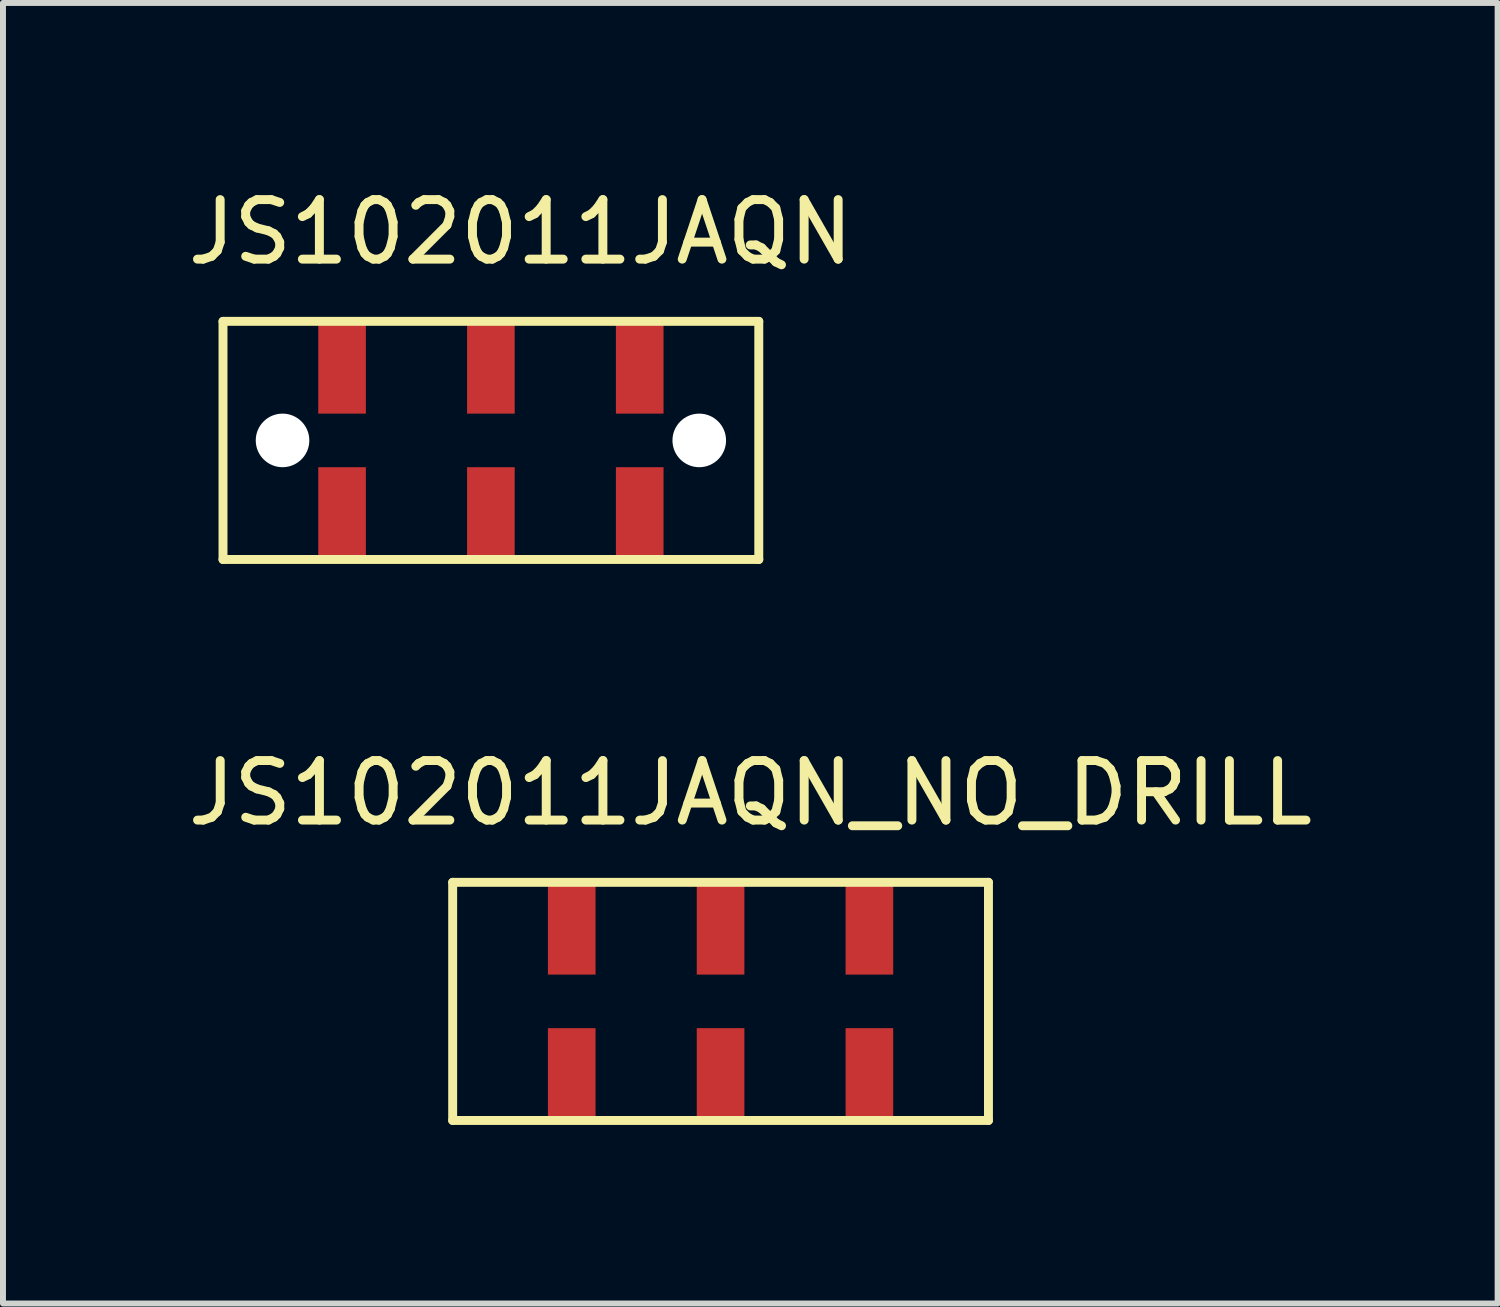
<source format=kicad_pcb>
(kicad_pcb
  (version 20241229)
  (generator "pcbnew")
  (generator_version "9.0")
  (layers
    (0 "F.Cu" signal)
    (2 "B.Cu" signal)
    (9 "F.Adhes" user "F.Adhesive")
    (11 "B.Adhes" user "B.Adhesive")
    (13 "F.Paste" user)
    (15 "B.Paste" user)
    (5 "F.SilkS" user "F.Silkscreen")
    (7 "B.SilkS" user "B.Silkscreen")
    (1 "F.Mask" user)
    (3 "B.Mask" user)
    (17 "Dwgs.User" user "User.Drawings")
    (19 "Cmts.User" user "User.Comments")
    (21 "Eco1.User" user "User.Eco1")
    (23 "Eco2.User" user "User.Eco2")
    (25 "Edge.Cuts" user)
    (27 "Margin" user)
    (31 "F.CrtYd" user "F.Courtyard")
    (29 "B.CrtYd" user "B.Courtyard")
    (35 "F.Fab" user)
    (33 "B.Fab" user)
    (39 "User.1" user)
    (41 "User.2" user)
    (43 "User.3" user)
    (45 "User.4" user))
  (footprint "JS102011JAQN"
    (layer "F.Cu")
    (at 5.696 0.348)
    (property "Reference" "JS102011JAQN" (at 0 0.5 0) (layer "F.SilkS") (effects (font (size 1 1) (thickness 0.15))))
    (attr through_hole)
    (fp_line (start -5 2) (end -5 6) (stroke (width 0.15) (type solid)) (layer "F.SilkS"))
    (fp_line (start 4 2) (end -5 2) (stroke (width 0.15) (type solid)) (layer "F.SilkS"))
    (fp_line (start 4 2) (end 4 6) (stroke (width 0.15) (type solid)) (layer "F.SilkS"))
    (fp_line (start 4 6) (end -5 6) (stroke (width 0.15) (type solid)) (layer "F.SilkS"))
    (pad "" np_thru_hole circle (at -4 4) (size 0.9 0.9) (drill 0.9) (layers "*.Cu" "*.Mask"))
    (pad "" np_thru_hole circle (at 3 4) (size 0.9 0.9) (drill 0.9) (layers "*.Cu" "*.Mask"))
    (pad "1" smd rect (at -3 2.75) (size 0.8 1.6) (layers "F.Cu" "F.Mask" "F.Paste"))
    (pad "1" smd rect (at -3 5.25) (size 0.8 1.6) (layers "F.Cu" "F.Mask" "F.Paste"))
    (pad "2" smd rect (at -0.5 2.75) (size 0.8 1.6) (layers "F.Cu" "F.Mask" "F.Paste"))
    (pad "2" smd rect (at -0.5 5.25) (size 0.8 1.6) (layers "F.Cu" "F.Mask" "F.Paste"))
    (pad "3" smd rect (at 2 2.75) (size 0.8 1.6) (layers "F.Cu" "F.Mask" "F.Paste"))
    (pad "3" smd rect (at 2 5.25) (size 0.8 1.6) (layers "F.Cu" "F.Mask" "F.Paste")))
  (footprint "JS102011JAQN_NO_DRILL"
    (layer "F.Cu")
    (at 9.554 9.771)
    (property "Reference" "JS102011JAQN_NO_DRILL" (at 0 0.5 0) (layer "F.SilkS") (effects (font (size 1 1) (thickness 0.15))))
    (attr through_hole)
    (fp_line (start -5 2) (end -5 6) (stroke (width 0.15) (type solid)) (layer "F.SilkS"))
    (fp_line (start 4 2) (end -5 2) (stroke (width 0.15) (type solid)) (layer "F.SilkS"))
    (fp_line (start 4 2) (end 4 6) (stroke (width 0.15) (type solid)) (layer "F.SilkS"))
    (fp_line (start 4 6) (end -5 6) (stroke (width 0.15) (type solid)) (layer "F.SilkS"))
    (pad "1" smd rect (at -3 2.75) (size 0.8 1.6) (layers "F.Cu" "F.Mask" "F.Paste"))
    (pad "1" smd rect (at -3 5.25) (size 0.8 1.6) (layers "F.Cu" "F.Mask" "F.Paste"))
    (pad "2" smd rect (at -0.5 2.75) (size 0.8 1.6) (layers "F.Cu" "F.Mask" "F.Paste"))
    (pad "2" smd rect (at -0.5 5.25) (size 0.8 1.6) (layers "F.Cu" "F.Mask" "F.Paste"))
    (pad "3" smd rect (at 2 2.75) (size 0.8 1.6) (layers "F.Cu" "F.Mask" "F.Paste"))
    (pad "3" smd rect (at 2 5.25) (size 0.8 1.6) (layers "F.Cu" "F.Mask" "F.Paste")))
  (gr_rect
    (start -3 -3)
    (end 22.107 18.846)
    (stroke (width 0.1) (type default))
    (fill no)
    (layer "Edge.Cuts")))
</source>
